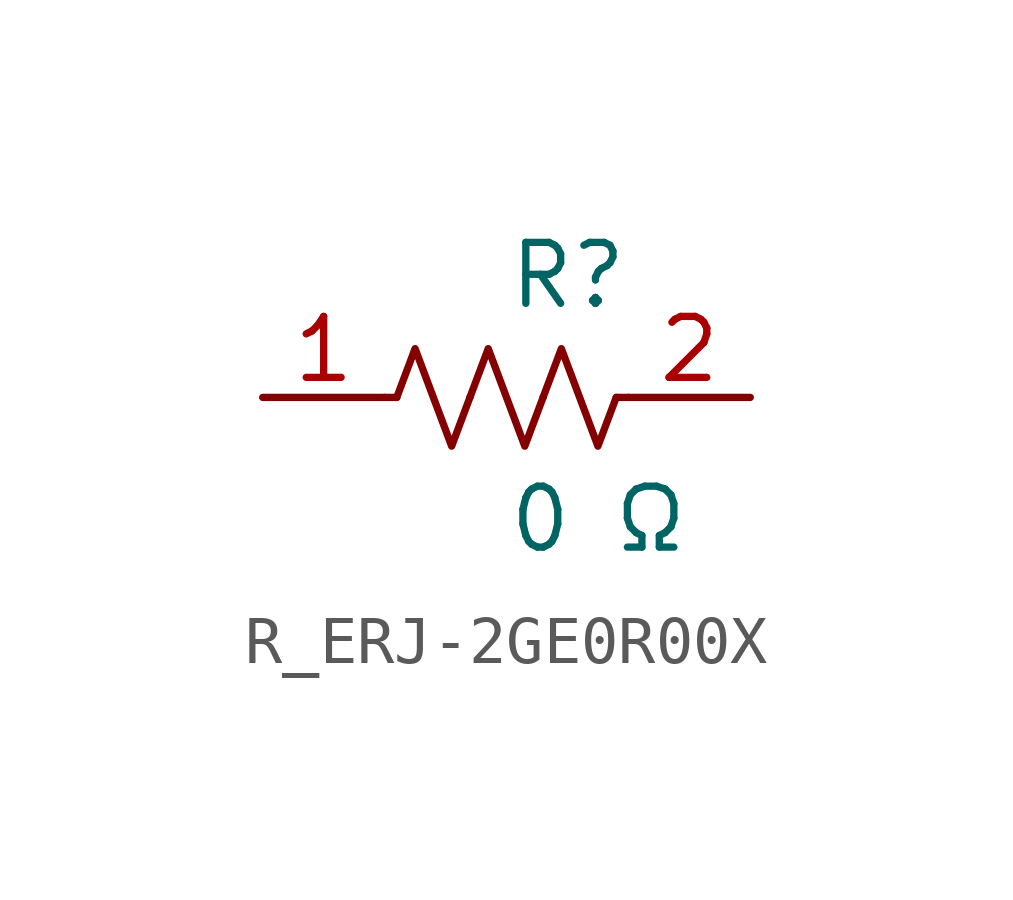
<source format=kicad_sym>
(kicad_symbol_lib
  (version 20231120)
  (generator kicad_symbol_editor)
  (generator_version 8.0)
  (symbol "R_ERJ-2GE0R00X"
    (pin_names
      (offset 0.254))
    (property "Reference" "R"
      (at 0 2.54 0)
      (effects (font (size 1.27 1.27)) (justify left)))
    (property "Value" "0 Ω"
      (at 0 -2.54 0)
      (effects (font (size 1.27 1.27)) (justify left)))
    (symbol "R_ERJ-2GE0R00X_0_1"
      (polyline (pts (xy 2.286 0) (xy 2.54 0)) (stroke (width 0) (type default)) (fill (type none)))
      (polyline (pts (xy -2.286 0) (xy -2.54 0)) (stroke (width 0) (type default)) (fill (type none)))
      (polyline (pts (xy 0.762 0) (xy 1.143 1.016) (xy 1.524 0) (xy 1.905 -1.016) (xy 2.286 0)) (stroke (width 0) (type default)) (fill (type none)))
      (polyline (pts (xy -0.762 0) (xy -0.381 1.016) (xy 0 0) (xy 0.381 -1.016) (xy 0.762 0)) (stroke (width 0) (type default)) (fill (type none)))
      (polyline (pts (xy -2.286 0) (xy -1.905 1.016) (xy -1.524 0) (xy -1.143 -1.016) (xy -0.762 0)) (stroke (width 0) (type default)) (fill (type none))))
    (pin unspecified line
      (at -5.08 0 0)
      (length 2.54)
      (name "" (effects (font (size 1.27 1.27))))
      (number "1" (effects (font (size 1.27 1.27)))))
    (pin unspecified line
      (at 5.08 0 180)
      (length 2.54)
      (name "" (effects (font (size 1.27 1.27))))
      (number "2" (effects (font (size 1.27 1.27)))))))
</source>
